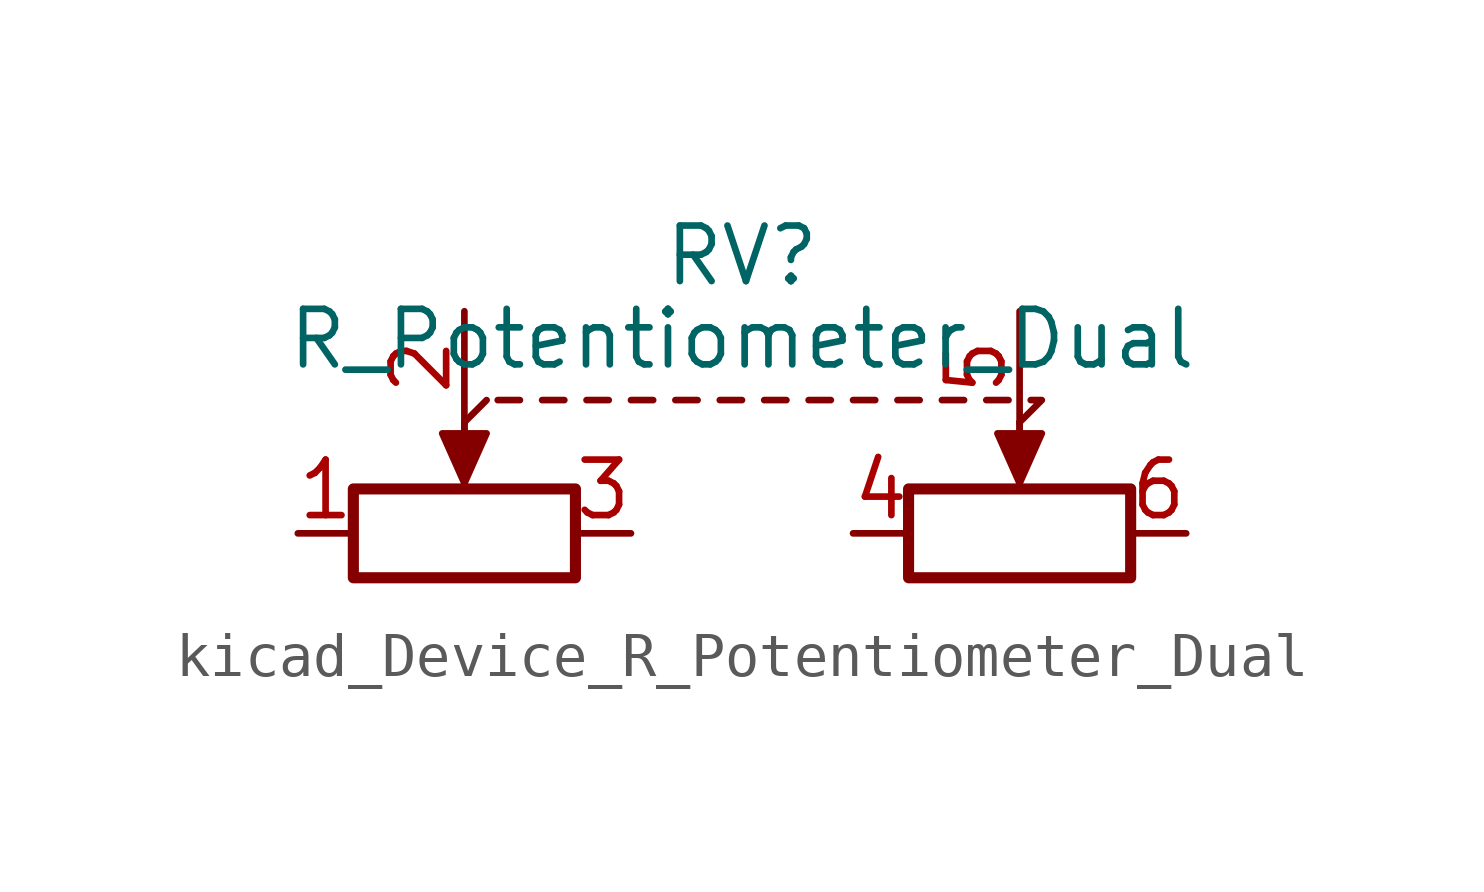
<source format=kicad_sym>
(kicad_symbol_lib
  (version 20220914)
  (generator kicad_symbol_editor)
  (symbol "kicad_Device_R_Potentiometer_Dual"
    (pin_names
      (offset 1.016) hide)
    (property "Reference" "RV"
      (at 0 3.81 0)
      (effects (font (size 1.27 1.27))))
    (property "Value" "R_Potentiometer_Dual"
      (at 0 1.905 0)
      (effects (font (size 1.27 1.27))))
    (symbol "kicad_Device_R_Potentiometer_Dual_0_1"
      (rectangle (start -8.89 -1.524) (end -3.81 -3.556) (stroke (width 0.254) (type default)) (fill (type none)))
      (polyline (pts (xy -6.35 0) (xy -6.35 -1.016)) (stroke (width 0) (type default)) (fill (type none)))
      (polyline (pts (xy -6.35 0) (xy -6.35 -1.016)) (stroke (width 0) (type default)) (fill (type none)))
      (polyline (pts (xy -6.35 0) (xy -5.842 0.508)) (stroke (width 0) (type default)) (fill (type none)))
      (polyline (pts (xy -5.588 0.508) (xy -5.08 0.508)) (stroke (width 0) (type default)) (fill (type none)))
      (polyline (pts (xy -4.572 0.508) (xy -4.064 0.508)) (stroke (width 0) (type default)) (fill (type none)))
      (polyline (pts (xy -3.556 0.508) (xy -3.048 0.508)) (stroke (width 0) (type default)) (fill (type none)))
      (polyline (pts (xy -2.54 0.508) (xy -2.032 0.508)) (stroke (width 0) (type default)) (fill (type none)))
      (polyline (pts (xy -1.524 0.508) (xy -1.016 0.508)) (stroke (width 0) (type default)) (fill (type none)))
      (polyline (pts (xy -0.508 0.508) (xy 0 0.508)) (stroke (width 0) (type default)) (fill (type none)))
      (polyline (pts (xy 0.508 0.508) (xy 1.016 0.508)) (stroke (width 0) (type default)) (fill (type none)))
      (polyline (pts (xy 1.524 0.508) (xy 2.032 0.508)) (stroke (width 0) (type default)) (fill (type none)))
      (polyline (pts (xy 2.54 0.508) (xy 3.048 0.508)) (stroke (width 0) (type default)) (fill (type none)))
      (polyline (pts (xy 3.556 0.508) (xy 4.064 0.508)) (stroke (width 0) (type default)) (fill (type none)))
      (polyline (pts (xy 4.572 0.508) (xy 5.08 0.508)) (stroke (width 0) (type default)) (fill (type none)))
      (polyline (pts (xy 5.588 0.508) (xy 6.096 0.508)) (stroke (width 0) (type default)) (fill (type none)))
      (polyline (pts (xy 6.35 0) (xy 6.35 -1.016)) (stroke (width 0) (type default)) (fill (type none)))
      (polyline (pts (xy 6.35 0) (xy 6.35 -1.016)) (stroke (width 0) (type default)) (fill (type none)))
      (polyline (pts (xy 6.604 0.508) (xy 6.858 0.508) (xy 6.35 0)) (stroke (width 0) (type default)) (fill (type none)))
      (polyline (pts (xy -6.35 -1.397) (xy -6.858 -0.254) (xy -5.842 -0.254) (xy -6.35 -1.397)) (stroke (width 0) (type default)) (fill (type outline)))
      (polyline (pts (xy 6.35 -1.397) (xy 5.842 -0.254) (xy 6.858 -0.254) (xy 6.35 -1.397)) (stroke (width 0) (type default)) (fill (type outline)))
      (rectangle (start 3.81 -1.524) (end 8.89 -3.556) (stroke (width 0.254) (type default)) (fill (type none))))
    (symbol "kicad_Device_R_Potentiometer_Dual_1_1"
      (pin passive line (at -10.16 -2.54 0) (length 1.27) (name "1" (effects (font (size 1.27 1.27)))) (number "1" (effects (font (size 1.27 1.27)))))
      (pin passive line (at -6.35 2.54 270) (length 2.54) (name "2" (effects (font (size 1.27 1.27)))) (number "2" (effects (font (size 1.27 1.27)))))
      (pin passive line (at -2.54 -2.54 180) (length 1.27) (name "3" (effects (font (size 1.27 1.27)))) (number "3" (effects (font (size 1.27 1.27)))))
      (pin passive line (at 2.54 -2.54 0) (length 1.27) (name "4" (effects (font (size 1.27 1.27)))) (number "4" (effects (font (size 1.27 1.27)))))
      (pin passive line (at 6.35 2.54 270) (length 2.54) (name "5" (effects (font (size 1.27 1.27)))) (number "5" (effects (font (size 1.27 1.27)))))
      (pin passive line (at 10.16 -2.54 180) (length 1.27) (name "6" (effects (font (size 1.27 1.27)))) (number "6" (effects (font (size 1.27 1.27))))))))
</source>
